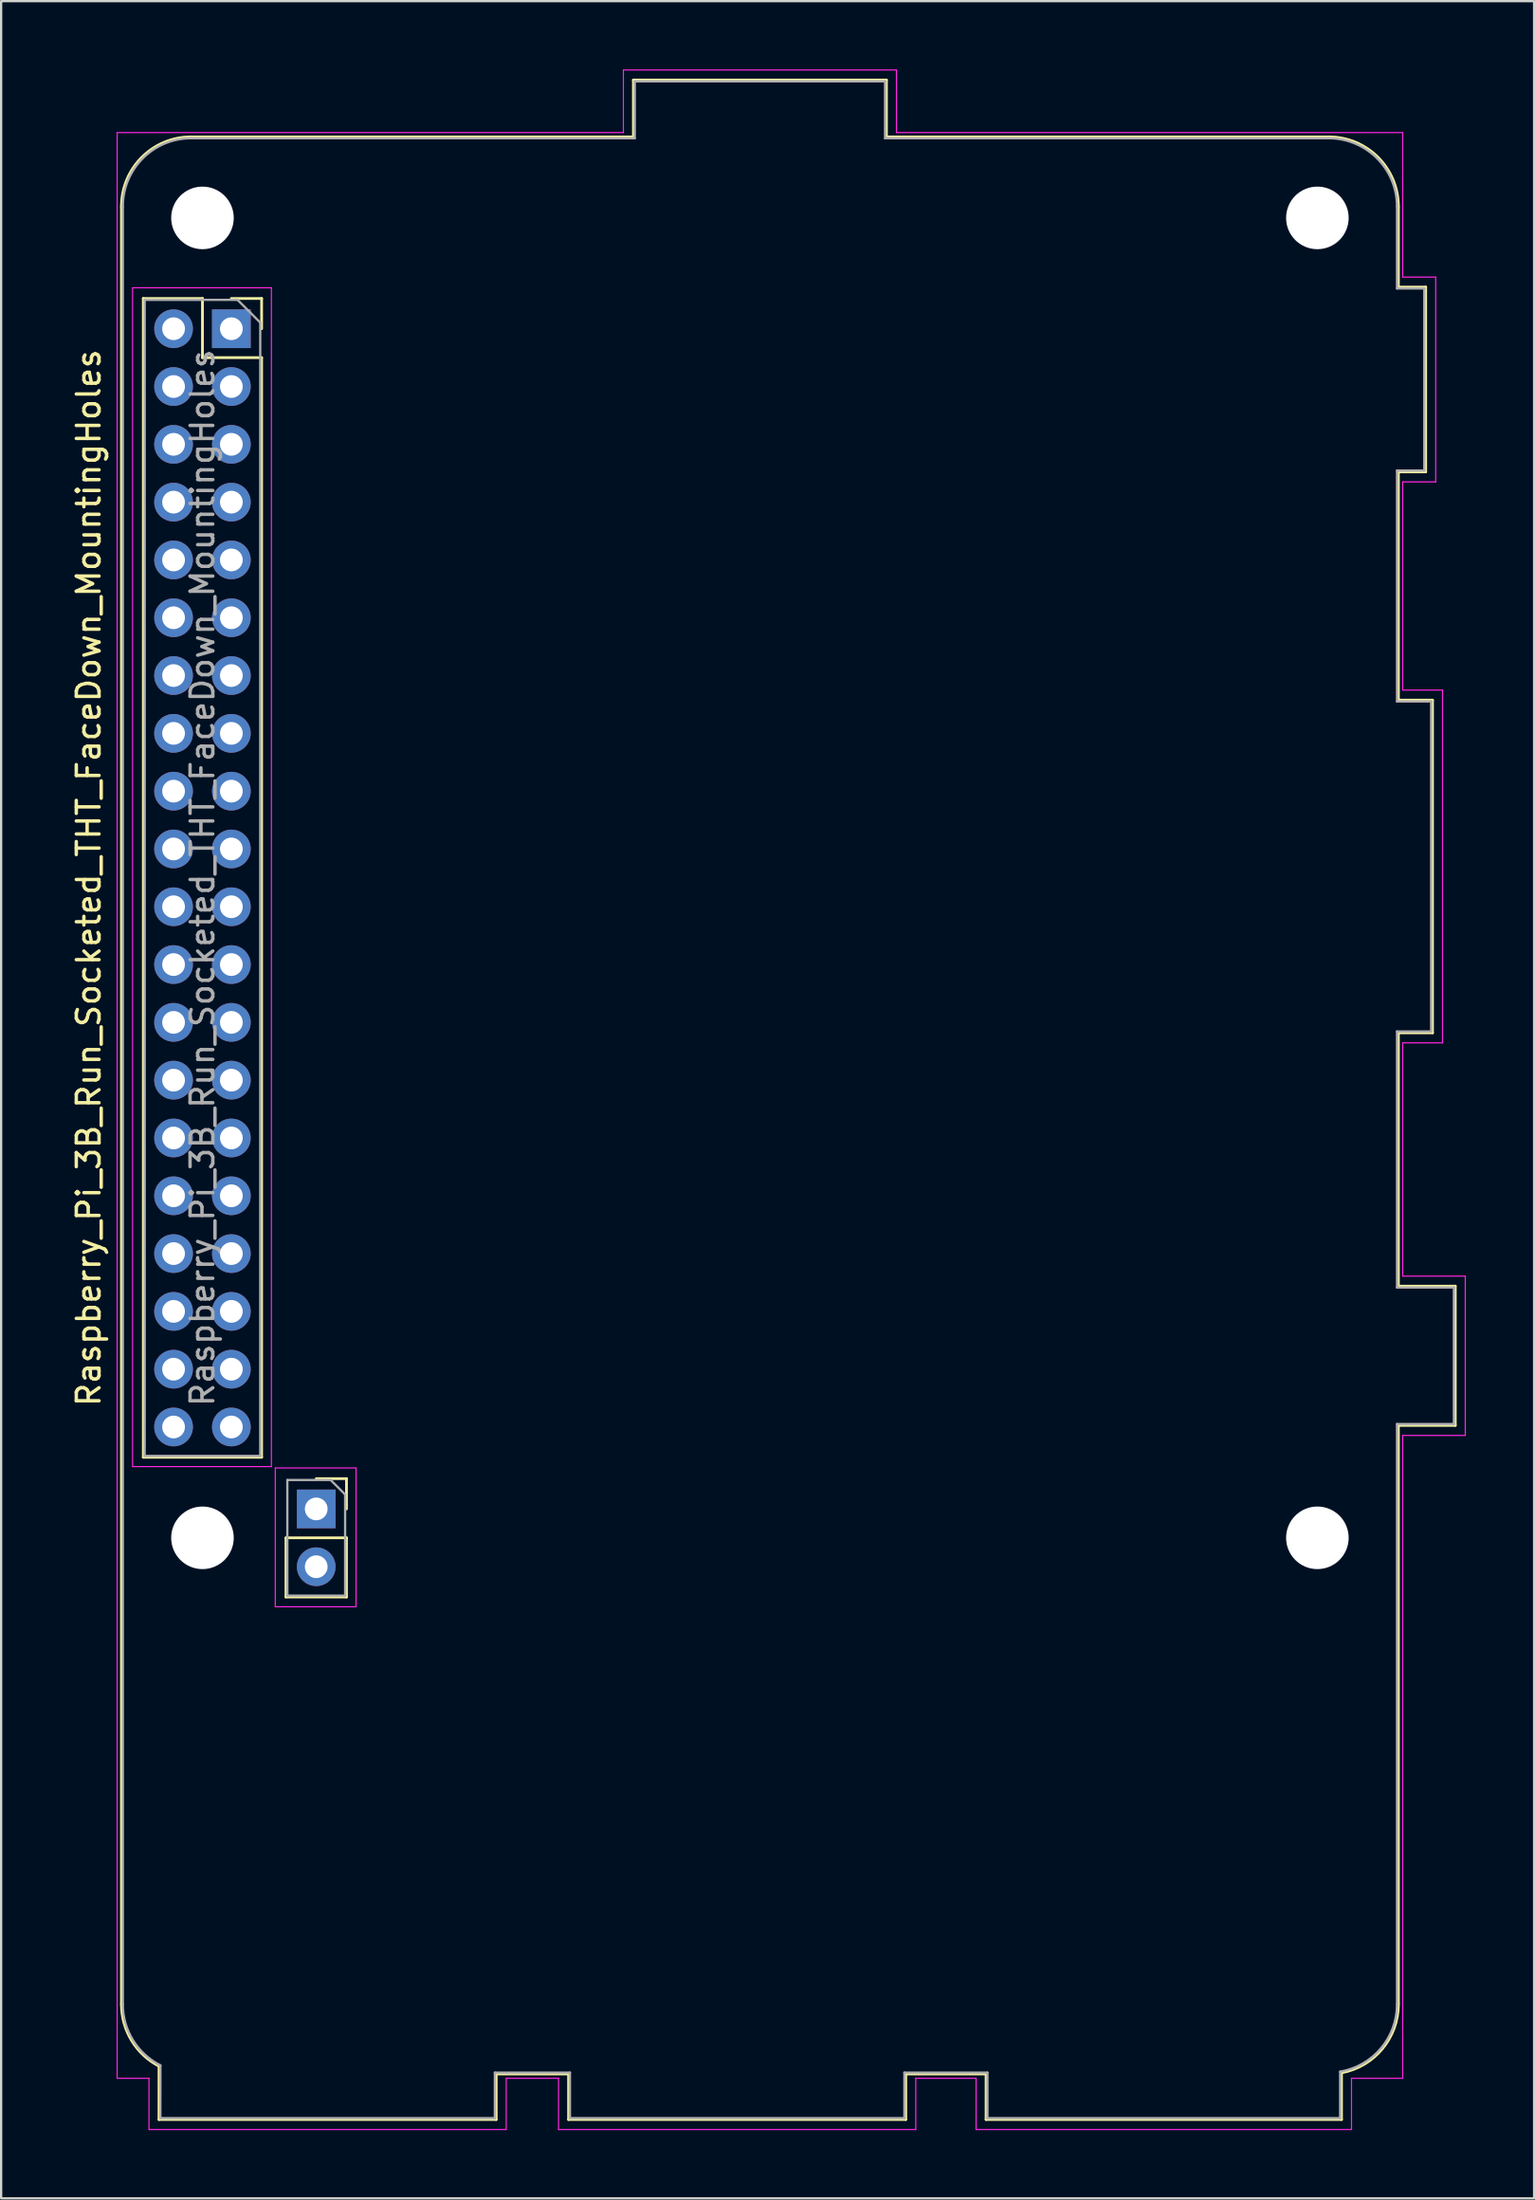
<source format=kicad_pcb>
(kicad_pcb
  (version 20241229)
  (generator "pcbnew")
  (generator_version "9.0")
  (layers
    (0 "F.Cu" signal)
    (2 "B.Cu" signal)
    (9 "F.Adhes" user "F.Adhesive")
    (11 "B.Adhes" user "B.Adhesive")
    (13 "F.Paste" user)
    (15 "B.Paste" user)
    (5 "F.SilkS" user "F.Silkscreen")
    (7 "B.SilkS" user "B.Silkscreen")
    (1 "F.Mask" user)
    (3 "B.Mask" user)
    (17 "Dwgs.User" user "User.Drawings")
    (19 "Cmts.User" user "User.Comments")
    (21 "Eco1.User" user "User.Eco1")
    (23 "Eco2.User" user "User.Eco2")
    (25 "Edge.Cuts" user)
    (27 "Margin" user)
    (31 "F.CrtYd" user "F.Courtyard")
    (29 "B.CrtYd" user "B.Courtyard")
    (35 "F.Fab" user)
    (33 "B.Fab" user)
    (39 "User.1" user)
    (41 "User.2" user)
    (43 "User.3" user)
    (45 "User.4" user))
  (footprint "Raspberry_Pi_3B_Run_Socketed_THT_FaceDown_MountingHoles"
    (layer "F.Cu")
    (at 2.348 3.025)
    (property "Reference" "Raspberry_Pi_3B_Run_Socketed_THT_FaceDown_MountingHoles" (at -1.5 32.5 90) (layer "F.SilkS") (effects (font (size 1 1) (thickness 0.15))))
    (attr through_hole)
    (fp_line (start -0.06 82) (end -0.06 3) (stroke (width 0.12) (type solid)) (layer "F.SilkS"))
    (fp_line (start 0.9 7.04) (end 0.9 57.96) (stroke (width 0.12) (type solid)) (layer "F.SilkS"))
    (fp_line (start 0.9 7.04) (end 3.5 7.04) (stroke (width 0.12) (type solid)) (layer "F.SilkS"))
    (fp_line (start 0.9 57.96) (end 6.1 57.96) (stroke (width 0.12) (type solid)) (layer "F.SilkS"))
    (fp_line (start 1.59 87.06) (end 1.592 84.717) (stroke (width 0.12) (type solid)) (layer "F.SilkS"))
    (fp_line (start 3 -0.06) (end 22.44 -0.06) (stroke (width 0.12) (type solid)) (layer "F.SilkS"))
    (fp_line (start 3.5 7.04) (end 3.5 9.64) (stroke (width 0.12) (type solid)) (layer "F.SilkS"))
    (fp_line (start 3.5 9.64) (end 6.1 9.64) (stroke (width 0.12) (type solid)) (layer "F.SilkS"))
    (fp_line (start 4.77 7.04) (end 6.1 7.04) (stroke (width 0.12) (type solid)) (layer "F.SilkS"))
    (fp_line (start 6.1 7.04) (end 6.1 8.37) (stroke (width 0.12) (type solid)) (layer "F.SilkS"))
    (fp_line (start 6.1 9.64) (end 6.1 57.96) (stroke (width 0.12) (type solid)) (layer "F.SilkS"))
    (fp_line (start 7.17 61.5) (end 7.17 64.1) (stroke (width 0.12) (type solid)) (layer "F.SilkS"))
    (fp_line (start 7.17 61.5) (end 9.83 61.5) (stroke (width 0.12) (type solid)) (layer "F.SilkS"))
    (fp_line (start 7.17 64.1) (end 9.83 64.1) (stroke (width 0.12) (type solid)) (layer "F.SilkS"))
    (fp_line (start 8.5 58.9) (end 9.83 58.9) (stroke (width 0.12) (type solid)) (layer "F.SilkS"))
    (fp_line (start 9.83 58.9) (end 9.83 60.23) (stroke (width 0.12) (type solid)) (layer "F.SilkS"))
    (fp_line (start 9.83 61.5) (end 9.83 64.1) (stroke (width 0.12) (type solid)) (layer "F.SilkS"))
    (fp_line (start 16.41 85.06) (end 16.41 87.06) (stroke (width 0.12) (type solid)) (layer "F.SilkS"))
    (fp_line (start 16.41 87.06) (end 1.59 87.06) (stroke (width 0.12) (type solid)) (layer "F.SilkS"))
    (fp_line (start 19.59 85.06) (end 16.41 85.06) (stroke (width 0.12) (type solid)) (layer "F.SilkS"))
    (fp_line (start 19.59 87.06) (end 19.59 85.06) (stroke (width 0.12) (type solid)) (layer "F.SilkS"))
    (fp_line (start 22.44 -2.56) (end 22.44 -0.06) (stroke (width 0.12) (type solid)) (layer "F.SilkS"))
    (fp_line (start 33.56 -2.56) (end 22.44 -2.56) (stroke (width 0.12) (type solid)) (layer "F.SilkS"))
    (fp_line (start 33.56 -0.06) (end 33.56 -2.56) (stroke (width 0.12) (type solid)) (layer "F.SilkS"))
    (fp_line (start 34.41 85.06) (end 34.41 87.06) (stroke (width 0.12) (type solid)) (layer "F.SilkS"))
    (fp_line (start 34.41 87.06) (end 19.59 87.06) (stroke (width 0.12) (type solid)) (layer "F.SilkS"))
    (fp_line (start 37.94 85.06) (end 34.41 85.06) (stroke (width 0.12) (type solid)) (layer "F.SilkS"))
    (fp_line (start 37.94 87.06) (end 37.94 85.06) (stroke (width 0.12) (type solid)) (layer "F.SilkS"))
    (fp_line (start 53 -0.06) (end 33.56 -0.06) (stroke (width 0.12) (type solid)) (layer "F.SilkS"))
    (fp_line (start 53.56 87.06) (end 37.94 87.06) (stroke (width 0.12) (type solid)) (layer "F.SilkS"))
    (fp_line (start 53.56 87.06) (end 53.56 85.008) (stroke (width 0.12) (type solid)) (layer "F.SilkS"))
    (fp_line (start 56.06 3) (end 56.06 6.54) (stroke (width 0.12) (type solid)) (layer "F.SilkS"))
    (fp_line (start 56.06 6.54) (end 57.26 6.54) (stroke (width 0.12) (type solid)) (layer "F.SilkS"))
    (fp_line (start 56.06 14.66) (end 56.06 24.69) (stroke (width 0.12) (type solid)) (layer "F.SilkS"))
    (fp_line (start 56.06 24.69) (end 57.56 24.69) (stroke (width 0.12) (type solid)) (layer "F.SilkS"))
    (fp_line (start 56.06 39.31) (end 56.06 50.44) (stroke (width 0.12) (type solid)) (layer "F.SilkS"))
    (fp_line (start 56.06 50.44) (end 58.56 50.44) (stroke (width 0.12) (type solid)) (layer "F.SilkS"))
    (fp_line (start 56.06 56.56) (end 56.06 82) (stroke (width 0.12) (type solid)) (layer "F.SilkS"))
    (fp_line (start 57.26 6.54) (end 57.26 14.66) (stroke (width 0.12) (type solid)) (layer "F.SilkS"))
    (fp_line (start 57.26 14.66) (end 56.06 14.66) (stroke (width 0.12) (type solid)) (layer "F.SilkS"))
    (fp_line (start 57.56 24.69) (end 57.56 39.31) (stroke (width 0.12) (type solid)) (layer "F.SilkS"))
    (fp_line (start 57.56 39.31) (end 56.06 39.31) (stroke (width 0.12) (type solid)) (layer "F.SilkS"))
    (fp_line (start 58.56 50.44) (end 58.56 56.56) (stroke (width 0.12) (type solid)) (layer "F.SilkS"))
    (fp_line (start 58.56 56.56) (end 56.06 56.56) (stroke (width 0.12) (type solid)) (layer "F.SilkS"))
    (fp_arc (start -0.06 3) (mid 0.836253 0.836253) (end 3 -0.06) (stroke (width 0.12) (type solid)) (layer "F.SilkS"))
    (fp_arc (start 1.591789 84.716715) (mid 0.385356 83.589728) (end -0.06 82) (stroke (width 0.12) (type solid)) (layer "F.SilkS"))
    (fp_arc (start 53 -0.06) (mid 55.163747 0.836253) (end 56.06 3) (stroke (width 0.12) (type solid)) (layer "F.SilkS"))
    (fp_arc (start 56.06 82) (mid 55.353325 83.955879) (end 53.559698 85.008378) (stroke (width 0.12) (type solid)) (layer "F.SilkS"))
    (fp_line (start -0.25 -0.25) (end 22 -0.25) (stroke (width 0.05) (type solid)) (layer "F.CrtYd"))
    (fp_line (start -0.25 85.25) (end -0.25 -0.25) (stroke (width 0.05) (type solid)) (layer "F.CrtYd"))
    (fp_line (start 0.43 6.57) (end 6.53 6.57) (stroke (width 0.05) (type solid)) (layer "F.CrtYd"))
    (fp_line (start 0.43 58.37) (end 0.43 6.57) (stroke (width 0.05) (type solid)) (layer "F.CrtYd"))
    (fp_line (start 1.15 85.25) (end -0.25 85.25) (stroke (width 0.05) (type solid)) (layer "F.CrtYd"))
    (fp_line (start 1.15 87.5) (end 1.15 85.25) (stroke (width 0.05) (type solid)) (layer "F.CrtYd"))
    (fp_line (start 6.53 6.57) (end 6.53 58.37) (stroke (width 0.05) (type solid)) (layer "F.CrtYd"))
    (fp_line (start 6.53 58.37) (end 0.43 58.37) (stroke (width 0.05) (type solid)) (layer "F.CrtYd"))
    (fp_line (start 6.7 58.43) (end 10.25 58.43) (stroke (width 0.05) (type solid)) (layer "F.CrtYd"))
    (fp_line (start 6.7 64.53) (end 6.7 58.43) (stroke (width 0.05) (type solid)) (layer "F.CrtYd"))
    (fp_line (start 10.25 58.43) (end 10.25 64.53) (stroke (width 0.05) (type solid)) (layer "F.CrtYd"))
    (fp_line (start 10.25 64.53) (end 6.7 64.53) (stroke (width 0.05) (type solid)) (layer "F.CrtYd"))
    (fp_line (start 16.85 85.25) (end 16.85 87.5) (stroke (width 0.05) (type solid)) (layer "F.CrtYd"))
    (fp_line (start 16.85 87.5) (end 1.15 87.5) (stroke (width 0.05) (type solid)) (layer "F.CrtYd"))
    (fp_line (start 19.15 85.25) (end 16.85 85.25) (stroke (width 0.05) (type solid)) (layer "F.CrtYd"))
    (fp_line (start 19.15 87.5) (end 19.15 85.25) (stroke (width 0.05) (type solid)) (layer "F.CrtYd"))
    (fp_line (start 22 -3) (end 34 -3) (stroke (width 0.05) (type solid)) (layer "F.CrtYd"))
    (fp_line (start 22 -0.25) (end 22 -3) (stroke (width 0.05) (type solid)) (layer "F.CrtYd"))
    (fp_line (start 34 -3) (end 34 -0.25) (stroke (width 0.05) (type solid)) (layer "F.CrtYd"))
    (fp_line (start 34 -0.25) (end 56.25 -0.25) (stroke (width 0.05) (type solid)) (layer "F.CrtYd"))
    (fp_line (start 34.85 85.25) (end 34.85 87.5) (stroke (width 0.05) (type solid)) (layer "F.CrtYd"))
    (fp_line (start 34.85 87.5) (end 19.15 87.5) (stroke (width 0.05) (type solid)) (layer "F.CrtYd"))
    (fp_line (start 37.5 85.25) (end 34.85 85.25) (stroke (width 0.05) (type solid)) (layer "F.CrtYd"))
    (fp_line (start 37.5 87.5) (end 37.5 85.25) (stroke (width 0.05) (type solid)) (layer "F.CrtYd"))
    (fp_line (start 54 85.25) (end 54 87.5) (stroke (width 0.05) (type solid)) (layer "F.CrtYd"))
    (fp_line (start 54 87.5) (end 37.5 87.5) (stroke (width 0.05) (type solid)) (layer "F.CrtYd"))
    (fp_line (start 56.25 -0.25) (end 56.25 6.1) (stroke (width 0.05) (type solid)) (layer "F.CrtYd"))
    (fp_line (start 56.25 6.1) (end 57.7 6.1) (stroke (width 0.05) (type solid)) (layer "F.CrtYd"))
    (fp_line (start 56.25 15.1) (end 56.25 24.25) (stroke (width 0.05) (type solid)) (layer "F.CrtYd"))
    (fp_line (start 56.25 24.25) (end 58 24.25) (stroke (width 0.05) (type solid)) (layer "F.CrtYd"))
    (fp_line (start 56.25 39.75) (end 56.25 50) (stroke (width 0.05) (type solid)) (layer "F.CrtYd"))
    (fp_line (start 56.25 50) (end 59 50) (stroke (width 0.05) (type solid)) (layer "F.CrtYd"))
    (fp_line (start 56.25 57) (end 56.25 85.25) (stroke (width 0.05) (type solid)) (layer "F.CrtYd"))
    (fp_line (start 56.25 85.25) (end 54 85.25) (stroke (width 0.05) (type solid)) (layer "F.CrtYd"))
    (fp_line (start 57.7 6.1) (end 57.7 15.1) (stroke (width 0.05) (type solid)) (layer "F.CrtYd"))
    (fp_line (start 57.7 15.1) (end 56.25 15.1) (stroke (width 0.05) (type solid)) (layer "F.CrtYd"))
    (fp_line (start 58 24.25) (end 58 39.75) (stroke (width 0.05) (type solid)) (layer "F.CrtYd"))
    (fp_line (start 58 39.75) (end 56.25 39.75) (stroke (width 0.05) (type solid)) (layer "F.CrtYd"))
    (fp_line (start 59 50) (end 59 57) (stroke (width 0.05) (type solid)) (layer "F.CrtYd"))
    (fp_line (start 59 57) (end 56.25 57) (stroke (width 0.05) (type solid)) (layer "F.CrtYd"))
    (fp_line (start 0 82) (end 0 3) (stroke (width 0.1) (type solid)) (layer "F.Fab"))
    (fp_line (start 0.96 7.1) (end 5.04 7.1) (stroke (width 0.1) (type solid)) (layer "F.Fab"))
    (fp_line (start 0.96 57.9) (end 0.96 7.1) (stroke (width 0.1) (type solid)) (layer "F.Fab"))
    (fp_line (start 1.65 87) (end 16.35 87) (stroke (width 0.1) (type solid)) (layer "F.Fab"))
    (fp_line (start 1.652 84.68) (end 1.65 87) (stroke (width 0.1) (type solid)) (layer "F.Fab"))
    (fp_line (start 3 0) (end 22.5 0) (stroke (width 0.1) (type solid)) (layer "F.Fab"))
    (fp_line (start 5.04 7.1) (end 6.04 8.1) (stroke (width 0.1) (type solid)) (layer "F.Fab"))
    (fp_line (start 6.04 8.1) (end 6.04 57.9) (stroke (width 0.1) (type solid)) (layer "F.Fab"))
    (fp_line (start 6.04 57.9) (end 0.96 57.9) (stroke (width 0.1) (type solid)) (layer "F.Fab"))
    (fp_line (start 7.23 58.96) (end 9.135 58.96) (stroke (width 0.1) (type solid)) (layer "F.Fab"))
    (fp_line (start 7.23 64.04) (end 7.23 58.96) (stroke (width 0.1) (type solid)) (layer "F.Fab"))
    (fp_line (start 9.135 58.96) (end 9.77 59.595) (stroke (width 0.1) (type solid)) (layer "F.Fab"))
    (fp_line (start 9.77 59.595) (end 9.77 64.04) (stroke (width 0.1) (type solid)) (layer "F.Fab"))
    (fp_line (start 9.77 64.04) (end 7.23 64.04) (stroke (width 0.1) (type solid)) (layer "F.Fab"))
    (fp_line (start 16.35 85) (end 19.65 85) (stroke (width 0.1) (type solid)) (layer "F.Fab"))
    (fp_line (start 16.35 87) (end 16.35 85) (stroke (width 0.1) (type solid)) (layer "F.Fab"))
    (fp_line (start 19.65 85) (end 19.65 87) (stroke (width 0.1) (type solid)) (layer "F.Fab"))
    (fp_line (start 19.65 87) (end 34.35 87) (stroke (width 0.1) (type solid)) (layer "F.Fab"))
    (fp_line (start 22.5 -2.5) (end 22.5 0) (stroke (width 0.1) (type solid)) (layer "F.Fab"))
    (fp_line (start 33.5 -2.5) (end 22.5 -2.5) (stroke (width 0.1) (type solid)) (layer "F.Fab"))
    (fp_line (start 33.5 0) (end 33.5 -2.5) (stroke (width 0.1) (type solid)) (layer "F.Fab"))
    (fp_line (start 34.35 85) (end 38 85) (stroke (width 0.1) (type solid)) (layer "F.Fab"))
    (fp_line (start 34.35 87) (end 34.35 85) (stroke (width 0.1) (type solid)) (layer "F.Fab"))
    (fp_line (start 38 85) (end 38 87) (stroke (width 0.1) (type solid)) (layer "F.Fab"))
    (fp_line (start 38 87) (end 53.5 87) (stroke (width 0.1) (type solid)) (layer "F.Fab"))
    (fp_line (start 53 0) (end 33.5 0) (stroke (width 0.1) (type solid)) (layer "F.Fab"))
    (fp_line (start 53.5 87) (end 53.5 84.958) (stroke (width 0.1) (type solid)) (layer "F.Fab"))
    (fp_line (start 56 3) (end 56 6.6) (stroke (width 0.1) (type solid)) (layer "F.Fab"))
    (fp_line (start 56 6.6) (end 57.2 6.6) (stroke (width 0.1) (type solid)) (layer "F.Fab"))
    (fp_line (start 56 14.6) (end 56 24.75) (stroke (width 0.1) (type solid)) (layer "F.Fab"))
    (fp_line (start 56 24.75) (end 57.5 24.75) (stroke (width 0.1) (type solid)) (layer "F.Fab"))
    (fp_line (start 56 39.25) (end 56 50.5) (stroke (width 0.1) (type solid)) (layer "F.Fab"))
    (fp_line (start 56 50.5) (end 58.5 50.5) (stroke (width 0.1) (type solid)) (layer "F.Fab"))
    (fp_line (start 56 56.5) (end 56 82) (stroke (width 0.1) (type solid)) (layer "F.Fab"))
    (fp_line (start 57.2 6.6) (end 57.2 14.6) (stroke (width 0.1) (type solid)) (layer "F.Fab"))
    (fp_line (start 57.2 14.6) (end 56 14.6) (stroke (width 0.1) (type solid)) (layer "F.Fab"))
    (fp_line (start 57.5 24.75) (end 57.5 39.25) (stroke (width 0.1) (type solid)) (layer "F.Fab"))
    (fp_line (start 57.5 39.25) (end 56 39.25) (stroke (width 0.1) (type solid)) (layer "F.Fab"))
    (fp_line (start 58.5 50.5) (end 58.5 56.5) (stroke (width 0.1) (type solid)) (layer "F.Fab"))
    (fp_line (start 58.5 56.5) (end 56 56.5) (stroke (width 0.1) (type solid)) (layer "F.Fab"))
    (fp_arc (start 0 3) (mid 0.87868 0.87868) (end 3 0) (stroke (width 0.1) (type solid)) (layer "F.Fab"))
    (fp_arc (start 1.652043 84.680114) (mid 0.446192 83.574187) (end 0 82) (stroke (width 0.1) (type solid)) (layer "F.Fab"))
    (fp_arc (start 53 0) (mid 55.12132 0.87868) (end 56 3) (stroke (width 0.1) (type solid)) (layer "F.Fab"))
    (fp_arc (start 56 82) (mid 55.291388 83.936373) (end 53.500306 84.957988) (stroke (width 0.1) (type solid)) (layer "F.Fab"))
    (fp_text user "${REFERENCE}" (at 3.5 32.5 90) (layer "F.Fab") (effects (font (size 1 1) (thickness 0.15))))
    (pad "" np_thru_hole circle (at 3.5 3.5 90) (size 2.75 2.75) (drill 2.75) (layers "*.Cu" "*.Mask"))
    (pad "" np_thru_hole circle (at 3.5 61.5 90) (size 2.75 2.75) (drill 2.75) (layers "*.Cu" "*.Mask"))
    (pad "" np_thru_hole circle (at 52.5 3.5 90) (size 2.75 2.75) (drill 2.75) (layers "*.Cu" "*.Mask"))
    (pad "" np_thru_hole circle (at 52.5 61.5 90) (size 2.75 2.75) (drill 2.75) (layers "*.Cu" "*.Mask"))
    (pad "1" thru_hole rect (at 4.77 8.37) (size 1.7 1.7) (drill 1) (layers "*.Cu" "*.Mask"))
    (pad "2" thru_hole oval (at 2.23 8.37) (size 1.7 1.7) (drill 1) (layers "*.Cu" "*.Mask"))
    (pad "3" thru_hole oval (at 4.77 10.91) (size 1.7 1.7) (drill 1) (layers "*.Cu" "*.Mask"))
    (pad "4" thru_hole oval (at 2.23 10.91) (size 1.7 1.7) (drill 1) (layers "*.Cu" "*.Mask"))
    (pad "5" thru_hole oval (at 4.77 13.45) (size 1.7 1.7) (drill 1) (layers "*.Cu" "*.Mask"))
    (pad "6" thru_hole oval (at 2.23 13.45) (size 1.7 1.7) (drill 1) (layers "*.Cu" "*.Mask"))
    (pad "7" thru_hole oval (at 4.77 15.99) (size 1.7 1.7) (drill 1) (layers "*.Cu" "*.Mask"))
    (pad "8" thru_hole oval (at 2.23 15.99) (size 1.7 1.7) (drill 1) (layers "*.Cu" "*.Mask"))
    (pad "9" thru_hole oval (at 4.77 18.53) (size 1.7 1.7) (drill 1) (layers "*.Cu" "*.Mask"))
    (pad "10" thru_hole oval (at 2.23 18.53) (size 1.7 1.7) (drill 1) (layers "*.Cu" "*.Mask"))
    (pad "11" thru_hole oval (at 4.77 21.07) (size 1.7 1.7) (drill 1) (layers "*.Cu" "*.Mask"))
    (pad "12" thru_hole oval (at 2.23 21.07) (size 1.7 1.7) (drill 1) (layers "*.Cu" "*.Mask"))
    (pad "13" thru_hole oval (at 4.77 23.61) (size 1.7 1.7) (drill 1) (layers "*.Cu" "*.Mask"))
    (pad "14" thru_hole oval (at 2.23 23.61) (size 1.7 1.7) (drill 1) (layers "*.Cu" "*.Mask"))
    (pad "15" thru_hole oval (at 4.77 26.15) (size 1.7 1.7) (drill 1) (layers "*.Cu" "*.Mask"))
    (pad "16" thru_hole oval (at 2.23 26.15) (size 1.7 1.7) (drill 1) (layers "*.Cu" "*.Mask"))
    (pad "17" thru_hole oval (at 4.77 28.69) (size 1.7 1.7) (drill 1) (layers "*.Cu" "*.Mask"))
    (pad "18" thru_hole oval (at 2.23 28.69) (size 1.7 1.7) (drill 1) (layers "*.Cu" "*.Mask"))
    (pad "19" thru_hole oval (at 4.77 31.23) (size 1.7 1.7) (drill 1) (layers "*.Cu" "*.Mask"))
    (pad "20" thru_hole oval (at 2.23 31.23) (size 1.7 1.7) (drill 1) (layers "*.Cu" "*.Mask"))
    (pad "21" thru_hole oval (at 4.77 33.77) (size 1.7 1.7) (drill 1) (layers "*.Cu" "*.Mask"))
    (pad "22" thru_hole oval (at 2.23 33.77) (size 1.7 1.7) (drill 1) (layers "*.Cu" "*.Mask"))
    (pad "23" thru_hole oval (at 4.77 36.31) (size 1.7 1.7) (drill 1) (layers "*.Cu" "*.Mask"))
    (pad "24" thru_hole oval (at 2.23 36.31) (size 1.7 1.7) (drill 1) (layers "*.Cu" "*.Mask"))
    (pad "25" thru_hole oval (at 4.77 38.85) (size 1.7 1.7) (drill 1) (layers "*.Cu" "*.Mask"))
    (pad "26" thru_hole oval (at 2.23 38.85) (size 1.7 1.7) (drill 1) (layers "*.Cu" "*.Mask"))
    (pad "27" thru_hole oval (at 4.77 41.39) (size 1.7 1.7) (drill 1) (layers "*.Cu" "*.Mask"))
    (pad "28" thru_hole oval (at 2.23 41.39) (size 1.7 1.7) (drill 1) (layers "*.Cu" "*.Mask"))
    (pad "29" thru_hole oval (at 4.77 43.93) (size 1.7 1.7) (drill 1) (layers "*.Cu" "*.Mask"))
    (pad "30" thru_hole oval (at 2.23 43.93) (size 1.7 1.7) (drill 1) (layers "*.Cu" "*.Mask"))
    (pad "31" thru_hole oval (at 4.77 46.47) (size 1.7 1.7) (drill 1) (layers "*.Cu" "*.Mask"))
    (pad "32" thru_hole oval (at 2.23 46.47) (size 1.7 1.7) (drill 1) (layers "*.Cu" "*.Mask"))
    (pad "33" thru_hole oval (at 4.77 49.01) (size 1.7 1.7) (drill 1) (layers "*.Cu" "*.Mask"))
    (pad "34" thru_hole oval (at 2.23 49.01) (size 1.7 1.7) (drill 1) (layers "*.Cu" "*.Mask"))
    (pad "35" thru_hole oval (at 4.77 51.55) (size 1.7 1.7) (drill 1) (layers "*.Cu" "*.Mask"))
    (pad "36" thru_hole oval (at 2.23 51.55) (size 1.7 1.7) (drill 1) (layers "*.Cu" "*.Mask"))
    (pad "37" thru_hole oval (at 4.77 54.09) (size 1.7 1.7) (drill 1) (layers "*.Cu" "*.Mask"))
    (pad "38" thru_hole oval (at 2.23 54.09) (size 1.7 1.7) (drill 1) (layers "*.Cu" "*.Mask"))
    (pad "39" thru_hole oval (at 4.77 56.63) (size 1.7 1.7) (drill 1) (layers "*.Cu" "*.Mask"))
    (pad "40" thru_hole oval (at 2.23 56.63) (size 1.7 1.7) (drill 1) (layers "*.Cu" "*.Mask"))
    (pad "41" thru_hole rect (at 8.5 60.23) (size 1.7 1.7) (drill 1) (layers "*.Cu" "*.Mask"))
    (pad "42" thru_hole oval (at 8.5 62.77) (size 1.7 1.7) (drill 1) (layers "*.Cu" "*.Mask")))
  (gr_rect
    (start -3 -3)
    (end 64.373 93.55)
    (stroke (width 0.1) (type default))
    (fill no)
    (layer "Edge.Cuts")))
</source>
